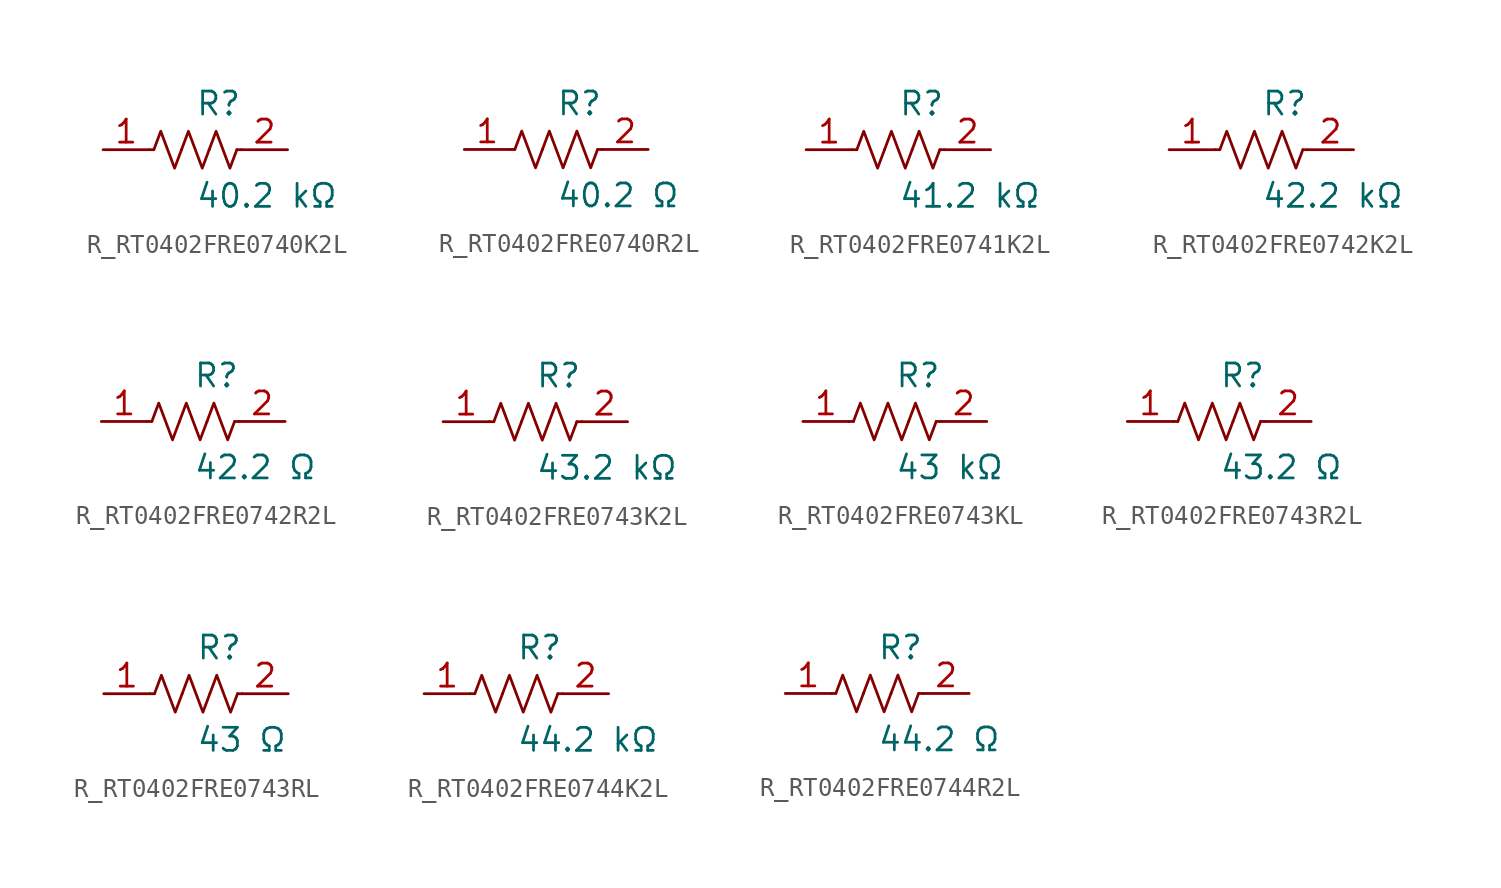
<source format=kicad_sym>
(kicad_symbol_lib
  (version 20231120)
  (generator kicad_symbol_editor)
  (generator_version 8.0)
  (symbol "R_RT0402FRE0740K2L"
    (pin_names
      (offset 0.254))
    (property "Reference" "R"
      (at 0.0 2.54 0)
      (effects (font (size 1.27 1.27)) (justify left)))
    (property "Value" "40.2 kΩ"
      (at 0.0 -2.54 0)
      (effects (font (size 1.27 1.27)) (justify left)))
    (symbol "R_RT0402FRE0740K2L_0_1"
      (polyline (pts (xy 2.286 0) (xy 2.54 0)) (stroke (width 0) (type default)) (fill (type none)))
      (polyline (pts (xy -2.286 0) (xy -2.54 0)) (stroke (width 0) (type default)) (fill (type none)))
      (polyline (pts (xy 0.762 0) (xy 1.143 1.016) (xy 1.524 0) (xy 1.905 -1.016) (xy 2.286 0)) (stroke (width 0) (type default)) (fill (type none)))
      (polyline (pts (xy -0.762 0) (xy -0.381 1.016) (xy 0 0) (xy 0.381 -1.016) (xy 0.762 0)) (stroke (width 0) (type default)) (fill (type none)))
      (polyline (pts (xy -2.286 0) (xy -1.905 1.016) (xy -1.524 0) (xy -1.143 -1.016) (xy -0.762 0)) (stroke (width 0) (type default)) (fill (type none))))
    (pin unspecified line
      (at -5.08 0 0)
      (length 2.54)
      (name "" (effects (font (size 1.27 1.27))))
      (number "1" (effects (font (size 1.27 1.27)))))
    (pin unspecified line
      (at 5.08 0 180)
      (length 2.54)
      (name "" (effects (font (size 1.27 1.27))))
      (number "2" (effects (font (size 1.27 1.27))))))
  (symbol "R_RT0402FRE0740R2L"
    (pin_names
      (offset 0.254))
    (property "Reference" "R"
      (at 0.0 2.54 0)
      (effects (font (size 1.27 1.27)) (justify left)))
    (property "Value" "40.2 Ω"
      (at 0.0 -2.54 0)
      (effects (font (size 1.27 1.27)) (justify left)))
    (symbol "R_RT0402FRE0740R2L_0_1"
      (polyline (pts (xy 2.286 0) (xy 2.54 0)) (stroke (width 0) (type default)) (fill (type none)))
      (polyline (pts (xy -2.286 0) (xy -2.54 0)) (stroke (width 0) (type default)) (fill (type none)))
      (polyline (pts (xy 0.762 0) (xy 1.143 1.016) (xy 1.524 0) (xy 1.905 -1.016) (xy 2.286 0)) (stroke (width 0) (type default)) (fill (type none)))
      (polyline (pts (xy -0.762 0) (xy -0.381 1.016) (xy 0 0) (xy 0.381 -1.016) (xy 0.762 0)) (stroke (width 0) (type default)) (fill (type none)))
      (polyline (pts (xy -2.286 0) (xy -1.905 1.016) (xy -1.524 0) (xy -1.143 -1.016) (xy -0.762 0)) (stroke (width 0) (type default)) (fill (type none))))
    (pin unspecified line
      (at -5.08 0 0)
      (length 2.54)
      (name "" (effects (font (size 1.27 1.27))))
      (number "1" (effects (font (size 1.27 1.27)))))
    (pin unspecified line
      (at 5.08 0 180)
      (length 2.54)
      (name "" (effects (font (size 1.27 1.27))))
      (number "2" (effects (font (size 1.27 1.27))))))
  (symbol "R_RT0402FRE0741K2L"
    (pin_names
      (offset 0.254))
    (property "Reference" "R"
      (at 0.0 2.54 0)
      (effects (font (size 1.27 1.27)) (justify left)))
    (property "Value" "41.2 kΩ"
      (at 0.0 -2.54 0)
      (effects (font (size 1.27 1.27)) (justify left)))
    (symbol "R_RT0402FRE0741K2L_0_1"
      (polyline (pts (xy 2.286 0) (xy 2.54 0)) (stroke (width 0) (type default)) (fill (type none)))
      (polyline (pts (xy -2.286 0) (xy -2.54 0)) (stroke (width 0) (type default)) (fill (type none)))
      (polyline (pts (xy 0.762 0) (xy 1.143 1.016) (xy 1.524 0) (xy 1.905 -1.016) (xy 2.286 0)) (stroke (width 0) (type default)) (fill (type none)))
      (polyline (pts (xy -0.762 0) (xy -0.381 1.016) (xy 0 0) (xy 0.381 -1.016) (xy 0.762 0)) (stroke (width 0) (type default)) (fill (type none)))
      (polyline (pts (xy -2.286 0) (xy -1.905 1.016) (xy -1.524 0) (xy -1.143 -1.016) (xy -0.762 0)) (stroke (width 0) (type default)) (fill (type none))))
    (pin unspecified line
      (at -5.08 0 0)
      (length 2.54)
      (name "" (effects (font (size 1.27 1.27))))
      (number "1" (effects (font (size 1.27 1.27)))))
    (pin unspecified line
      (at 5.08 0 180)
      (length 2.54)
      (name "" (effects (font (size 1.27 1.27))))
      (number "2" (effects (font (size 1.27 1.27))))))
  (symbol "R_RT0402FRE0742K2L"
    (pin_names
      (offset 0.254))
    (property "Reference" "R"
      (at 0.0 2.54 0)
      (effects (font (size 1.27 1.27)) (justify left)))
    (property "Value" "42.2 kΩ"
      (at 0.0 -2.54 0)
      (effects (font (size 1.27 1.27)) (justify left)))
    (symbol "R_RT0402FRE0742K2L_0_1"
      (polyline (pts (xy 2.286 0) (xy 2.54 0)) (stroke (width 0) (type default)) (fill (type none)))
      (polyline (pts (xy -2.286 0) (xy -2.54 0)) (stroke (width 0) (type default)) (fill (type none)))
      (polyline (pts (xy 0.762 0) (xy 1.143 1.016) (xy 1.524 0) (xy 1.905 -1.016) (xy 2.286 0)) (stroke (width 0) (type default)) (fill (type none)))
      (polyline (pts (xy -0.762 0) (xy -0.381 1.016) (xy 0 0) (xy 0.381 -1.016) (xy 0.762 0)) (stroke (width 0) (type default)) (fill (type none)))
      (polyline (pts (xy -2.286 0) (xy -1.905 1.016) (xy -1.524 0) (xy -1.143 -1.016) (xy -0.762 0)) (stroke (width 0) (type default)) (fill (type none))))
    (pin unspecified line
      (at -5.08 0 0)
      (length 2.54)
      (name "" (effects (font (size 1.27 1.27))))
      (number "1" (effects (font (size 1.27 1.27)))))
    (pin unspecified line
      (at 5.08 0 180)
      (length 2.54)
      (name "" (effects (font (size 1.27 1.27))))
      (number "2" (effects (font (size 1.27 1.27))))))
  (symbol "R_RT0402FRE0742R2L"
    (pin_names
      (offset 0.254))
    (property "Reference" "R"
      (at 0.0 2.54 0)
      (effects (font (size 1.27 1.27)) (justify left)))
    (property "Value" "42.2 Ω"
      (at 0.0 -2.54 0)
      (effects (font (size 1.27 1.27)) (justify left)))
    (symbol "R_RT0402FRE0742R2L_0_1"
      (polyline (pts (xy 2.286 0) (xy 2.54 0)) (stroke (width 0) (type default)) (fill (type none)))
      (polyline (pts (xy -2.286 0) (xy -2.54 0)) (stroke (width 0) (type default)) (fill (type none)))
      (polyline (pts (xy 0.762 0) (xy 1.143 1.016) (xy 1.524 0) (xy 1.905 -1.016) (xy 2.286 0)) (stroke (width 0) (type default)) (fill (type none)))
      (polyline (pts (xy -0.762 0) (xy -0.381 1.016) (xy 0 0) (xy 0.381 -1.016) (xy 0.762 0)) (stroke (width 0) (type default)) (fill (type none)))
      (polyline (pts (xy -2.286 0) (xy -1.905 1.016) (xy -1.524 0) (xy -1.143 -1.016) (xy -0.762 0)) (stroke (width 0) (type default)) (fill (type none))))
    (pin unspecified line
      (at -5.08 0 0)
      (length 2.54)
      (name "" (effects (font (size 1.27 1.27))))
      (number "1" (effects (font (size 1.27 1.27)))))
    (pin unspecified line
      (at 5.08 0 180)
      (length 2.54)
      (name "" (effects (font (size 1.27 1.27))))
      (number "2" (effects (font (size 1.27 1.27))))))
  (symbol "R_RT0402FRE0743K2L"
    (pin_names
      (offset 0.254))
    (property "Reference" "R"
      (at 0.0 2.54 0)
      (effects (font (size 1.27 1.27)) (justify left)))
    (property "Value" "43.2 kΩ"
      (at 0.0 -2.54 0)
      (effects (font (size 1.27 1.27)) (justify left)))
    (symbol "R_RT0402FRE0743K2L_0_1"
      (polyline (pts (xy 2.286 0) (xy 2.54 0)) (stroke (width 0) (type default)) (fill (type none)))
      (polyline (pts (xy -2.286 0) (xy -2.54 0)) (stroke (width 0) (type default)) (fill (type none)))
      (polyline (pts (xy 0.762 0) (xy 1.143 1.016) (xy 1.524 0) (xy 1.905 -1.016) (xy 2.286 0)) (stroke (width 0) (type default)) (fill (type none)))
      (polyline (pts (xy -0.762 0) (xy -0.381 1.016) (xy 0 0) (xy 0.381 -1.016) (xy 0.762 0)) (stroke (width 0) (type default)) (fill (type none)))
      (polyline (pts (xy -2.286 0) (xy -1.905 1.016) (xy -1.524 0) (xy -1.143 -1.016) (xy -0.762 0)) (stroke (width 0) (type default)) (fill (type none))))
    (pin unspecified line
      (at -5.08 0 0)
      (length 2.54)
      (name "" (effects (font (size 1.27 1.27))))
      (number "1" (effects (font (size 1.27 1.27)))))
    (pin unspecified line
      (at 5.08 0 180)
      (length 2.54)
      (name "" (effects (font (size 1.27 1.27))))
      (number "2" (effects (font (size 1.27 1.27))))))
  (symbol "R_RT0402FRE0743KL"
    (pin_names
      (offset 0.254))
    (property "Reference" "R"
      (at 0.0 2.54 0)
      (effects (font (size 1.27 1.27)) (justify left)))
    (property "Value" "43 kΩ"
      (at 0.0 -2.54 0)
      (effects (font (size 1.27 1.27)) (justify left)))
    (symbol "R_RT0402FRE0743KL_0_1"
      (polyline (pts (xy 2.286 0) (xy 2.54 0)) (stroke (width 0) (type default)) (fill (type none)))
      (polyline (pts (xy -2.286 0) (xy -2.54 0)) (stroke (width 0) (type default)) (fill (type none)))
      (polyline (pts (xy 0.762 0) (xy 1.143 1.016) (xy 1.524 0) (xy 1.905 -1.016) (xy 2.286 0)) (stroke (width 0) (type default)) (fill (type none)))
      (polyline (pts (xy -0.762 0) (xy -0.381 1.016) (xy 0 0) (xy 0.381 -1.016) (xy 0.762 0)) (stroke (width 0) (type default)) (fill (type none)))
      (polyline (pts (xy -2.286 0) (xy -1.905 1.016) (xy -1.524 0) (xy -1.143 -1.016) (xy -0.762 0)) (stroke (width 0) (type default)) (fill (type none))))
    (pin unspecified line
      (at -5.08 0 0)
      (length 2.54)
      (name "" (effects (font (size 1.27 1.27))))
      (number "1" (effects (font (size 1.27 1.27)))))
    (pin unspecified line
      (at 5.08 0 180)
      (length 2.54)
      (name "" (effects (font (size 1.27 1.27))))
      (number "2" (effects (font (size 1.27 1.27))))))
  (symbol "R_RT0402FRE0743R2L"
    (pin_names
      (offset 0.254))
    (property "Reference" "R"
      (at 0.0 2.54 0)
      (effects (font (size 1.27 1.27)) (justify left)))
    (property "Value" "43.2 Ω"
      (at 0.0 -2.54 0)
      (effects (font (size 1.27 1.27)) (justify left)))
    (symbol "R_RT0402FRE0743R2L_0_1"
      (polyline (pts (xy 2.286 0) (xy 2.54 0)) (stroke (width 0) (type default)) (fill (type none)))
      (polyline (pts (xy -2.286 0) (xy -2.54 0)) (stroke (width 0) (type default)) (fill (type none)))
      (polyline (pts (xy 0.762 0) (xy 1.143 1.016) (xy 1.524 0) (xy 1.905 -1.016) (xy 2.286 0)) (stroke (width 0) (type default)) (fill (type none)))
      (polyline (pts (xy -0.762 0) (xy -0.381 1.016) (xy 0 0) (xy 0.381 -1.016) (xy 0.762 0)) (stroke (width 0) (type default)) (fill (type none)))
      (polyline (pts (xy -2.286 0) (xy -1.905 1.016) (xy -1.524 0) (xy -1.143 -1.016) (xy -0.762 0)) (stroke (width 0) (type default)) (fill (type none))))
    (pin unspecified line
      (at -5.08 0 0)
      (length 2.54)
      (name "" (effects (font (size 1.27 1.27))))
      (number "1" (effects (font (size 1.27 1.27)))))
    (pin unspecified line
      (at 5.08 0 180)
      (length 2.54)
      (name "" (effects (font (size 1.27 1.27))))
      (number "2" (effects (font (size 1.27 1.27))))))
  (symbol "R_RT0402FRE0743RL"
    (pin_names
      (offset 0.254))
    (property "Reference" "R"
      (at 0.0 2.54 0)
      (effects (font (size 1.27 1.27)) (justify left)))
    (property "Value" "43 Ω"
      (at 0.0 -2.54 0)
      (effects (font (size 1.27 1.27)) (justify left)))
    (symbol "R_RT0402FRE0743RL_0_1"
      (polyline (pts (xy 2.286 0) (xy 2.54 0)) (stroke (width 0) (type default)) (fill (type none)))
      (polyline (pts (xy -2.286 0) (xy -2.54 0)) (stroke (width 0) (type default)) (fill (type none)))
      (polyline (pts (xy 0.762 0) (xy 1.143 1.016) (xy 1.524 0) (xy 1.905 -1.016) (xy 2.286 0)) (stroke (width 0) (type default)) (fill (type none)))
      (polyline (pts (xy -0.762 0) (xy -0.381 1.016) (xy 0 0) (xy 0.381 -1.016) (xy 0.762 0)) (stroke (width 0) (type default)) (fill (type none)))
      (polyline (pts (xy -2.286 0) (xy -1.905 1.016) (xy -1.524 0) (xy -1.143 -1.016) (xy -0.762 0)) (stroke (width 0) (type default)) (fill (type none))))
    (pin unspecified line
      (at -5.08 0 0)
      (length 2.54)
      (name "" (effects (font (size 1.27 1.27))))
      (number "1" (effects (font (size 1.27 1.27)))))
    (pin unspecified line
      (at 5.08 0 180)
      (length 2.54)
      (name "" (effects (font (size 1.27 1.27))))
      (number "2" (effects (font (size 1.27 1.27))))))
  (symbol "R_RT0402FRE0744K2L"
    (pin_names
      (offset 0.254))
    (property "Reference" "R"
      (at 0.0 2.54 0)
      (effects (font (size 1.27 1.27)) (justify left)))
    (property "Value" "44.2 kΩ"
      (at 0.0 -2.54 0)
      (effects (font (size 1.27 1.27)) (justify left)))
    (symbol "R_RT0402FRE0744K2L_0_1"
      (polyline (pts (xy 2.286 0) (xy 2.54 0)) (stroke (width 0) (type default)) (fill (type none)))
      (polyline (pts (xy -2.286 0) (xy -2.54 0)) (stroke (width 0) (type default)) (fill (type none)))
      (polyline (pts (xy 0.762 0) (xy 1.143 1.016) (xy 1.524 0) (xy 1.905 -1.016) (xy 2.286 0)) (stroke (width 0) (type default)) (fill (type none)))
      (polyline (pts (xy -0.762 0) (xy -0.381 1.016) (xy 0 0) (xy 0.381 -1.016) (xy 0.762 0)) (stroke (width 0) (type default)) (fill (type none)))
      (polyline (pts (xy -2.286 0) (xy -1.905 1.016) (xy -1.524 0) (xy -1.143 -1.016) (xy -0.762 0)) (stroke (width 0) (type default)) (fill (type none))))
    (pin unspecified line
      (at -5.08 0 0)
      (length 2.54)
      (name "" (effects (font (size 1.27 1.27))))
      (number "1" (effects (font (size 1.27 1.27)))))
    (pin unspecified line
      (at 5.08 0 180)
      (length 2.54)
      (name "" (effects (font (size 1.27 1.27))))
      (number "2" (effects (font (size 1.27 1.27))))))
  (symbol "R_RT0402FRE0744R2L"
    (pin_names
      (offset 0.254))
    (property "Reference" "R"
      (at 0.0 2.54 0)
      (effects (font (size 1.27 1.27)) (justify left)))
    (property "Value" "44.2 Ω"
      (at 0.0 -2.54 0)
      (effects (font (size 1.27 1.27)) (justify left)))
    (symbol "R_RT0402FRE0744R2L_0_1"
      (polyline (pts (xy 2.286 0) (xy 2.54 0)) (stroke (width 0) (type default)) (fill (type none)))
      (polyline (pts (xy -2.286 0) (xy -2.54 0)) (stroke (width 0) (type default)) (fill (type none)))
      (polyline (pts (xy 0.762 0) (xy 1.143 1.016) (xy 1.524 0) (xy 1.905 -1.016) (xy 2.286 0)) (stroke (width 0) (type default)) (fill (type none)))
      (polyline (pts (xy -0.762 0) (xy -0.381 1.016) (xy 0 0) (xy 0.381 -1.016) (xy 0.762 0)) (stroke (width 0) (type default)) (fill (type none)))
      (polyline (pts (xy -2.286 0) (xy -1.905 1.016) (xy -1.524 0) (xy -1.143 -1.016) (xy -0.762 0)) (stroke (width 0) (type default)) (fill (type none))))
    (pin unspecified line
      (at -5.08 0 0)
      (length 2.54)
      (name "" (effects (font (size 1.27 1.27))))
      (number "1" (effects (font (size 1.27 1.27)))))
    (pin unspecified line
      (at 5.08 0 180)
      (length 2.54)
      (name "" (effects (font (size 1.27 1.27))))
      (number "2" (effects (font (size 1.27 1.27)))))))
</source>
